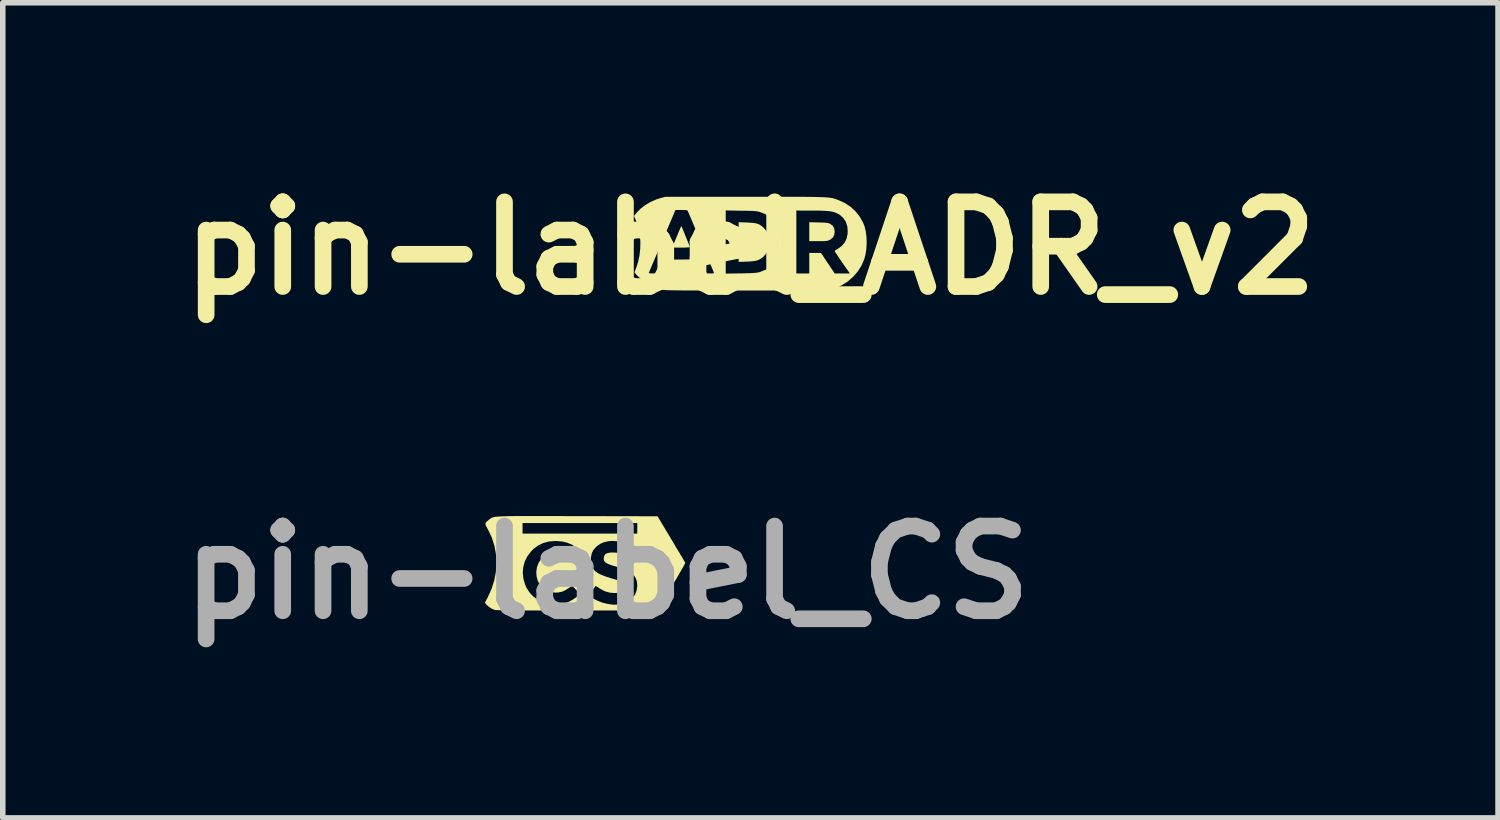
<source format=kicad_pcb>
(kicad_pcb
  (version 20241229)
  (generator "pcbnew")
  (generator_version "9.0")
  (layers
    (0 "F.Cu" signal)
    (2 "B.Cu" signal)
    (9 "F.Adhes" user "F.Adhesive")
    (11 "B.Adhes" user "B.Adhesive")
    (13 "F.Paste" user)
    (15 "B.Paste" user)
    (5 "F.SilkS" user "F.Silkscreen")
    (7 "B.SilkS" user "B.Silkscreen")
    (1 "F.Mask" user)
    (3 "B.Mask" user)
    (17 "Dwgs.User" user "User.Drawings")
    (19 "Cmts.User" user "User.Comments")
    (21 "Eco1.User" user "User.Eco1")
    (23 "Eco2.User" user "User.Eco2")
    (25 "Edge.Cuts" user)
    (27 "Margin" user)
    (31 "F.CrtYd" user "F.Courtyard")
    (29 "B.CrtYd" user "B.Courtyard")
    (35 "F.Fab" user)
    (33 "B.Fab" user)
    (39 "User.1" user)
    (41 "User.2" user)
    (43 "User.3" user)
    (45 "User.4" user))
  (footprint "pin-label_CS"
    (layer "F.Cu")
    (at 7.881 7.254)
    (property "Reference" "pin-label_CS" (at 0 0 0) (layer "F.Fab") (effects (font (size 1.524 1.524) (thickness 0.3))))
    (attr through_hole)
    (fp_poly (pts (xy -1.258 -1.015) (xy -1.107 -1.015) (xy -0.939 -1.015) (xy -0.751 -1.014) (xy -0.544 -1.014) (xy -0.54 -1.014) (xy 0.905 -1.011) (xy 1.152 -0.598) (xy 1.203 -0.513) (xy 1.25 -0.433) (xy 1.294 -0.361) (xy 1.331 -0.298) (xy 1.362 -0.246) (xy 1.385 -0.206) (xy 1.4 -0.182) (xy 1.404 -0.174) (xy 1.4 -0.163) (xy 1.386 -0.136) (xy 1.363 -0.094) (xy 1.332 -0.039) (xy 1.294 0.026) (xy 1.251 0.1) (xy 1.203 0.181) (xy 1.157 0.26) (xy 0.904 0.683) (xy -0.54 0.685) (xy -0.75 0.685) (xy -0.94 0.685) (xy -1.111 0.685) (xy -1.263 0.685) (xy -1.398 0.685) (xy -1.517 0.685) (xy -1.621 0.684) (xy -1.71 0.684) (xy -1.786 0.683) (xy -1.85 0.682) (xy -1.902 0.681) (xy -1.944 0.68) (xy -1.977 0.678) (xy -2.002 0.677) (xy -2.019 0.675) (xy -2.03 0.673) (xy -2.031 0.673) (xy -2.082 0.651) (xy -2.132 0.619) (xy -2.171 0.584) (xy -2.182 0.571) (xy -2.202 0.542) (xy -2.149 0.442) (xy -2.082 0.293) (xy -2.033 0.139) (xy -2.009 0.01) (xy -1.521 0.01) (xy -1.509 0.116) (xy -1.478 0.222) (xy -1.456 0.272) (xy -1.402 0.358) (xy -1.332 0.433) (xy -1.248 0.494) (xy -1.153 0.541) (xy -1.069 0.567) (xy -0.996 0.576) (xy -0.914 0.577) (xy -0.83 0.569) (xy -0.753 0.552) (xy -0.75 0.551) (xy -0.688 0.526) (xy -0.624 0.491) (xy -0.565 0.451) (xy -0.524 0.414) (xy -0.513 0.402) (xy -0.34 0.402) (xy -0.31 0.428) (xy -0.251 0.471) (xy -0.176 0.509) (xy -0.092 0.542) (xy -0.004 0.565) (xy 0.005 0.566) (xy 0.066 0.576) (xy 0.115 0.581) (xy 0.163 0.579) (xy 0.218 0.572) (xy 0.222 0.571) (xy 0.315 0.548) (xy 0.392 0.51) (xy 0.455 0.46) (xy 0.501 0.398) (xy 0.529 0.324) (xy 0.54 0.24) (xy 0.54 0.235) (xy 0.534 0.167) (xy 0.515 0.108) (xy 0.482 0.056) (xy 0.434 0.011) (xy 0.368 -0.029) (xy 0.284 -0.066) (xy 0.181 -0.099) (xy 0.161 -0.105) (xy 0.085 -0.127) (xy 0.029 -0.147) (xy -0.012 -0.166) (xy -0.04 -0.187) (xy -0.056 -0.21) (xy -0.063 -0.238) (xy -0.064 -0.256) (xy -0.056 -0.299) (xy -0.034 -0.33) (xy 0.004 -0.349) (xy 0.059 -0.358) (xy 0.115 -0.358) (xy 0.158 -0.356) (xy 0.192 -0.35) (xy 0.225 -0.339) (xy 0.264 -0.321) (xy 0.293 -0.307) (xy 0.387 -0.259) (xy 0.506 -0.43) (xy 0.454 -0.465) (xy 0.371 -0.509) (xy 0.278 -0.542) (xy 0.182 -0.562) (xy 0.087 -0.568) (xy 0.021 -0.562) (xy -0.06 -0.544) (xy -0.126 -0.515) (xy -0.185 -0.474) (xy -0.201 -0.46) (xy -0.25 -0.404) (xy -0.28 -0.342) (xy -0.294 -0.271) (xy -0.294 -0.212) (xy -0.287 -0.15) (xy -0.272 -0.098) (xy -0.247 -0.054) (xy -0.21 -0.016) (xy -0.16 0.018) (xy -0.094 0.049) (xy -0.011 0.08) (xy 0.074 0.106) (xy 0.15 0.128) (xy 0.208 0.147) (xy 0.249 0.165) (xy 0.278 0.183) (xy 0.295 0.202) (xy 0.304 0.225) (xy 0.307 0.252) (xy 0.307 0.258) (xy 0.299 0.303) (xy 0.273 0.336) (xy 0.231 0.358) (xy 0.17 0.369) (xy 0.129 0.371) (xy 0.042 0.363) (xy -0.039 0.341) (xy -0.118 0.3) (xy -0.14 0.286) (xy -0.171 0.265) (xy -0.195 0.25) (xy -0.206 0.244) (xy -0.206 0.244) (xy -0.214 0.251) (xy -0.231 0.272) (xy -0.257 0.301) (xy -0.275 0.323) (xy -0.34 0.402) (xy -0.513 0.402) (xy -0.493 0.381) (xy -0.564 0.31) (xy -0.634 0.24) (xy -0.698 0.284) (xy -0.76 0.323) (xy -0.818 0.348) (xy -0.879 0.36) (xy -0.926 0.363) (xy -1.014 0.355) (xy -1.091 0.329) (xy -1.157 0.286) (xy -1.21 0.226) (xy -1.25 0.152) (xy -1.271 0.08) (xy -1.278 -0.008) (xy -1.266 -0.094) (xy -1.235 -0.175) (xy -1.186 -0.247) (xy -1.181 -0.252) (xy -1.123 -0.301) (xy -1.055 -0.334) (xy -0.979 -0.351) (xy -0.9 -0.352) (xy -0.821 -0.336) (xy -0.744 -0.303) (xy -0.678 -0.258) (xy -0.643 -0.229) (xy -0.615 -0.262) (xy -0.593 -0.288) (xy -0.564 -0.322) (xy -0.542 -0.348) (xy -0.497 -0.401) (xy -0.55 -0.443) (xy -0.631 -0.498) (xy -0.719 -0.535) (xy -0.815 -0.558) (xy -0.924 -0.566) (xy -0.937 -0.566) (xy -1.05 -0.557) (xy -1.152 -0.53) (xy -1.244 -0.486) (xy -1.329 -0.422) (xy -1.374 -0.376) (xy -1.439 -0.29) (xy -1.486 -0.195) (xy -1.513 -0.095) (xy -1.521 0.01) (xy -2.009 0.01) (xy -2.005 -0.017) (xy -1.995 -0.174) (xy -2.004 -0.33) (xy -2.032 -0.482) (xy -2.079 -0.63) (xy -2.146 -0.77) (xy -2.161 -0.797) (xy -2.184 -0.838) (xy -2.194 -0.868) (xy -2.19 -0.889) (xy -1.525 -0.889) (xy -1.525 -0.699) (xy 0.54 -0.699) (xy 0.54 -0.889) (xy -1.525 -0.889) (xy -2.19 -0.889) (xy -2.19 -0.892) (xy -2.17 -0.916) (xy -2.134 -0.945) (xy -2.133 -0.947) (xy -2.12 -0.956) (xy -2.11 -0.965) (xy -2.099 -0.973) (xy -2.088 -0.98) (xy -2.075 -0.986) (xy -2.06 -0.992) (xy -2.04 -0.996) (xy -2.015 -1.001) (xy -1.985 -1.004) (xy -1.947 -1.007) (xy -1.901 -1.009) (xy -1.846 -1.011) (xy -1.78 -1.013) (xy -1.703 -1.014) (xy -1.613 -1.015) (xy -1.51 -1.015) (xy -1.392 -1.015) (xy -1.258 -1.015)) (stroke (width 0) (type solid)) (fill yes) (layer "F.SilkS")))
  (footprint "pin-label_ADR_v2"
    (layer "F.Cu")
    (at 10.458 1.418)
    (property "Reference" "pin-label_ADR_v2" (at 0 0 0) (layer "F.SilkS") (effects (font (size 1.524 1.524) (thickness 0.3))))
    (attr through_hole)
    (fp_poly (pts (xy 1.226 -0.464) (xy 1.292 -0.462) (xy 1.341 -0.46) (xy 1.377 -0.456) (xy 1.403 -0.451) (xy 1.424 -0.444) (xy 1.434 -0.439) (xy 1.479 -0.406) (xy 1.506 -0.361) (xy 1.516 -0.303) (xy 1.516 -0.296) (xy 1.508 -0.238) (xy 1.483 -0.191) (xy 1.439 -0.156) (xy 1.43 -0.151) (xy 1.409 -0.142) (xy 1.389 -0.135) (xy 1.364 -0.131) (xy 1.331 -0.128) (xy 1.285 -0.127) (xy 1.222 -0.127) (xy 1.059 -0.127) (xy 1.059 -0.468) (xy 1.226 -0.464)) (stroke (width 0) (type solid)) (fill yes) (layer "F.SilkS"))
    (fp_poly (pts (xy -0.066 -0.463) (xy 0.013 -0.459) (xy 0.075 -0.452) (xy 0.124 -0.441) (xy 0.164 -0.425) (xy 0.2 -0.401) (xy 0.235 -0.37) (xy 0.239 -0.366) (xy 0.286 -0.31) (xy 0.317 -0.252) (xy 0.333 -0.186) (xy 0.337 -0.107) (xy 0.336 -0.09) (xy 0.327 -0.011) (xy 0.307 0.054) (xy 0.273 0.109) (xy 0.228 0.157) (xy 0.191 0.185) (xy 0.154 0.207) (xy 0.113 0.222) (xy 0.062 0.232) (xy -0.003 0.238) (xy -0.066 0.241) (xy -0.212 0.246) (xy -0.212 -0.468) (xy -0.066 -0.463)) (stroke (width 0) (type solid)) (fill yes) (layer "F.SilkS"))
    (fp_poly (pts (xy -1.238 -0.389) (xy -1.227 -0.362) (xy -1.21 -0.323) (xy -1.191 -0.275) (xy -1.17 -0.223) (xy -1.148 -0.17) (xy -1.128 -0.119) (xy -1.111 -0.076) (xy -1.098 -0.042) (xy -1.091 -0.023) (xy -1.091 -0.02) (xy -1.101 -0.017) (xy -1.128 -0.014) (xy -1.169 -0.012) (xy -1.221 -0.011) (xy -1.249 -0.011) (xy -1.408 -0.011) (xy -1.394 -0.045) (xy -1.354 -0.143) (xy -1.321 -0.222) (xy -1.295 -0.285) (xy -1.275 -0.332) (xy -1.26 -0.366) (xy -1.251 -0.387) (xy -1.245 -0.398) (xy -1.244 -0.4) (xy -1.238 -0.389)) (stroke (width 0) (type solid)) (fill yes) (layer "F.SilkS"))
    (fp_poly (pts (xy 0.306 -0.926) (xy 0.475 -0.926) (xy 0.627 -0.926) (xy 0.761 -0.926) (xy 0.881 -0.926) (xy 0.985 -0.925) (xy 1.077 -0.924) (xy 1.156 -0.923) (xy 1.224 -0.921) (xy 1.283 -0.919) (xy 1.332 -0.917) (xy 1.374 -0.914) (xy 1.41 -0.911) (xy 1.44 -0.907) (xy 1.466 -0.903) (xy 1.489 -0.898) (xy 1.509 -0.892) (xy 1.529 -0.886) (xy 1.549 -0.879) (xy 1.571 -0.871) (xy 1.582 -0.867) (xy 1.697 -0.815) (xy 1.801 -0.747) (xy 1.891 -0.664) (xy 1.967 -0.568) (xy 2.027 -0.462) (xy 2.054 -0.394) (xy 2.076 -0.304) (xy 2.089 -0.202) (xy 2.092 -0.093) (xy 2.086 0.015) (xy 2.07 0.118) (xy 2.049 0.196) (xy 2 0.311) (xy 1.933 0.417) (xy 1.85 0.513) (xy 1.754 0.597) (xy 1.646 0.666) (xy 1.556 0.707) (xy 1.537 0.715) (xy 1.52 0.722) (xy 1.503 0.728) (xy 1.485 0.733) (xy 1.466 0.738) (xy 1.443 0.743) (xy 1.417 0.746) (xy 1.386 0.749) (xy 1.348 0.752) (xy 1.304 0.754) (xy 1.25 0.756) (xy 1.188 0.758) (xy 1.114 0.759) (xy 1.029 0.76) (xy 0.931 0.761) (xy 0.819 0.761) (xy 0.692 0.762) (xy 0.549 0.762) (xy 0.388 0.762) (xy 0.209 0.762) (xy 0.011 0.762) (xy -0.09 0.762) (xy -0.295 0.762) (xy -0.479 0.761) (xy -0.645 0.761) (xy -0.792 0.761) (xy -0.923 0.761) (xy -1.039 0.761) (xy -1.139 0.76) (xy -1.227 0.76) (xy -1.302 0.759) (xy -1.365 0.758) (xy -1.419 0.757) (xy -1.463 0.756) (xy -1.5 0.755) (xy -1.529 0.753) (xy -1.553 0.752) (xy -1.573 0.75) (xy -1.589 0.747) (xy -1.602 0.745) (xy -1.614 0.742) (xy -1.62 0.741) (xy -1.729 0.703) (xy -1.836 0.649) (xy -1.937 0.582) (xy -2.024 0.505) (xy -2.054 0.474) (xy -2.068 0.457) (xy -0.445 0.457) (xy -0.322 0.455) (xy 0.826 0.455) (xy 1.059 0.455) (xy 1.059 0.085) (xy 1.27 0.085) (xy 1.394 0.27) (xy 1.517 0.455) (xy 1.791 0.455) (xy 1.755 0.405) (xy 1.732 0.372) (xy 1.703 0.331) (xy 1.67 0.283) (xy 1.636 0.233) (xy 1.602 0.184) (xy 1.571 0.138) (xy 1.545 0.098) (xy 1.525 0.069) (xy 1.515 0.052) (xy 1.514 0.05) (xy 1.523 0.042) (xy 1.545 0.028) (xy 1.571 0.012) (xy 1.642 -0.039) (xy 1.696 -0.101) (xy 1.731 -0.175) (xy 1.749 -0.26) (xy 1.751 -0.307) (xy 1.743 -0.398) (xy 1.717 -0.476) (xy 1.673 -0.543) (xy 1.613 -0.597) (xy 1.579 -0.618) (xy 1.545 -0.634) (xy 1.51 -0.648) (xy 1.471 -0.658) (xy 1.424 -0.666) (xy 1.369 -0.671) (xy 1.3 -0.675) (xy 1.216 -0.677) (xy 1.114 -0.677) (xy 1.104 -0.677) (xy 0.826 -0.678) (xy 0.826 0.455) (xy -0.322 0.455) (xy -0.167 0.453) (xy -0.077 0.451) (xy -0.006 0.449) (xy 0.05 0.446) (xy 0.092 0.443) (xy 0.125 0.439) (xy 0.151 0.434) (xy 0.169 0.429) (xy 0.273 0.387) (xy 0.365 0.329) (xy 0.442 0.259) (xy 0.504 0.177) (xy 0.549 0.086) (xy 0.571 0.013) (xy 0.582 -0.089) (xy 0.577 -0.192) (xy 0.555 -0.293) (xy 0.522 -0.375) (xy 0.492 -0.422) (xy 0.45 -0.474) (xy 0.401 -0.524) (xy 0.351 -0.566) (xy 0.329 -0.581) (xy 0.295 -0.6) (xy 0.25 -0.621) (xy 0.202 -0.64) (xy 0.196 -0.642) (xy 0.17 -0.651) (xy 0.146 -0.658) (xy 0.122 -0.663) (xy 0.095 -0.667) (xy 0.061 -0.67) (xy 0.017 -0.672) (xy -0.04 -0.673) (xy -0.113 -0.675) (xy -0.167 -0.675) (xy -0.445 -0.68) (xy -0.445 0.457) (xy -2.068 0.457) (xy -2.078 0.445) (xy -1.83 0.445) (xy -1.822 0.45) (xy -1.793 0.453) (xy -1.745 0.454) (xy -1.715 0.453) (xy -1.597 0.45) (xy -1.496 0.206) (xy -0.998 0.201) (xy -0.946 0.325) (xy -0.894 0.45) (xy -0.774 0.453) (xy -0.722 0.454) (xy -0.688 0.454) (xy -0.668 0.452) (xy -0.66 0.448) (xy -0.658 0.441) (xy -0.659 0.437) (xy -0.664 0.424) (xy -0.677 0.393) (xy -0.696 0.347) (xy -0.722 0.286) (xy -0.752 0.214) (xy -0.787 0.131) (xy -0.826 0.039) (xy -0.868 -0.059) (xy -0.895 -0.122) (xy -0.938 -0.223) (xy -0.978 -0.318) (xy -1.016 -0.406) (xy -1.049 -0.485) (xy -1.078 -0.552) (xy -1.101 -0.607) (xy -1.118 -0.646) (xy -1.128 -0.67) (xy -1.13 -0.675) (xy -1.14 -0.682) (xy -1.167 -0.686) (xy -1.212 -0.688) (xy -1.243 -0.688) (xy -1.35 -0.688) (xy -1.588 -0.127) (xy -1.632 -0.024) (xy -1.673 0.073) (xy -1.711 0.163) (xy -1.745 0.244) (xy -1.775 0.313) (xy -1.798 0.37) (xy -1.816 0.412) (xy -1.827 0.437) (xy -1.83 0.445) (xy -2.078 0.445) (xy -2.088 0.434) (xy -2.06 0.364) (xy -2.023 0.252) (xy -1.997 0.129) (xy -1.983 0.002) (xy -1.981 -0.122) (xy -1.992 -0.238) (xy -1.995 -0.258) (xy -2.014 -0.342) (xy -2.038 -0.428) (xy -2.064 -0.506) (xy -2.079 -0.542) (xy -2.096 -0.581) (xy -2.049 -0.639) (xy -1.98 -0.71) (xy -1.894 -0.776) (xy -1.797 -0.833) (xy -1.693 -0.879) (xy -1.616 -0.903) (xy -1.53 -0.926) (xy -0.09 -0.926) (xy 0.118 -0.926) (xy 0.306 -0.926)) (stroke (width 0) (type solid)) (fill yes) (layer "F.SilkS")))
  (gr_rect
    (start -3 -3)
    (end 23.915 11.672)
    (stroke (width 0.1) (type default))
    (fill no)
    (layer "Edge.Cuts")))
</source>
